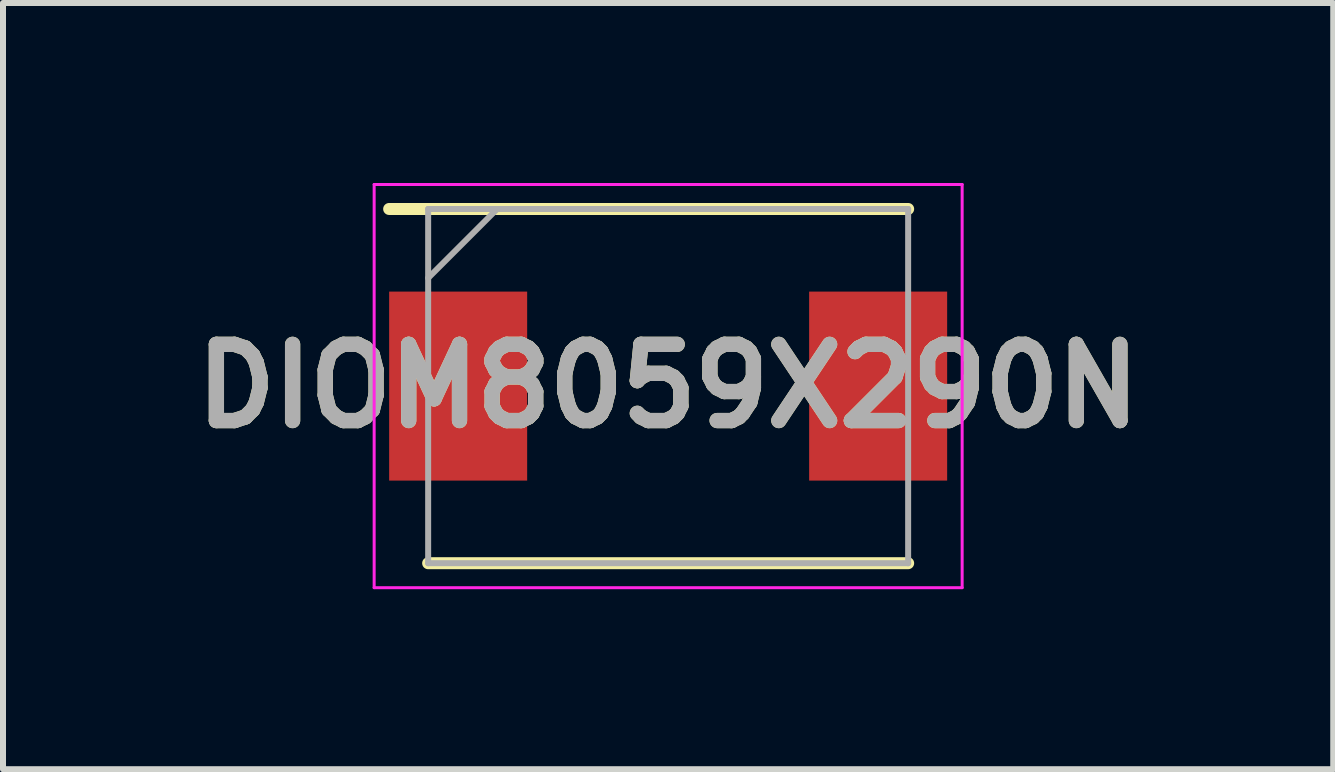
<source format=kicad_pcb>
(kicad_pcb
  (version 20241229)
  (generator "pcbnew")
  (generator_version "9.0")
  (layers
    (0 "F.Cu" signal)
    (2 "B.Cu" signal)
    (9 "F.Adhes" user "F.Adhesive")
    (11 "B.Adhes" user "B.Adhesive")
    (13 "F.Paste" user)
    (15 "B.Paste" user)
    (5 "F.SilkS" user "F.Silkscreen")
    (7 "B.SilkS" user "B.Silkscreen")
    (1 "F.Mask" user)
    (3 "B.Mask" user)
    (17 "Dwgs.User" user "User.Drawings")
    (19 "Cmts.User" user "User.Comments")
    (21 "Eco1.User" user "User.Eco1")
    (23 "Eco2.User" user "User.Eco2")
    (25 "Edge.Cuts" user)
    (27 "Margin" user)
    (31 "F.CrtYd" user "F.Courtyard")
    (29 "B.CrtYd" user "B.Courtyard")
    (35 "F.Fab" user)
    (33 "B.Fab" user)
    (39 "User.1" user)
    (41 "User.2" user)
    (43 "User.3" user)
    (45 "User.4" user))
  (footprint "DIOM8059X290N"
    (layer "F.Cu")
    (at 8.086 3.385)
    (property "Reference" "DIOM8059X290N" (at 0 0 0) (layer "F.SilkS") (effects (font (size 1.27 1.27) (thickness 0.254))))
    (attr smd)
    (fp_line (start -4 2.952) (end 4 2.952) (stroke (width 0.2) (type solid)) (layer "F.SilkS"))
    (fp_line (start 4 -2.952) (end -4.65 -2.952) (stroke (width 0.2) (type solid)) (layer "F.SilkS"))
    (fp_line (start -4.9 -3.36) (end 4.9 -3.36) (stroke (width 0.05) (type solid)) (layer "F.CrtYd"))
    (fp_line (start -4.9 3.36) (end -4.9 -3.36) (stroke (width 0.05) (type solid)) (layer "F.CrtYd"))
    (fp_line (start 4.9 -3.36) (end 4.9 3.36) (stroke (width 0.05) (type solid)) (layer "F.CrtYd"))
    (fp_line (start 4.9 3.36) (end -4.9 3.36) (stroke (width 0.05) (type solid)) (layer "F.CrtYd"))
    (fp_line (start -4 -2.952) (end 4 -2.952) (stroke (width 0.1) (type solid)) (layer "F.Fab"))
    (fp_line (start -4 -1.802) (end -2.85 -2.952) (stroke (width 0.1) (type solid)) (layer "F.Fab"))
    (fp_line (start -4 2.952) (end -4 -2.952) (stroke (width 0.1) (type solid)) (layer "F.Fab"))
    (fp_line (start 4 -2.952) (end 4 2.952) (stroke (width 0.1) (type solid)) (layer "F.Fab"))
    (fp_line (start 4 2.952) (end -4 2.952) (stroke (width 0.1) (type solid)) (layer "F.Fab"))
    (fp_text user "${REFERENCE}" (at 0 0 0) (layer "F.Fab") (effects (font (size 1.27 1.27) (thickness 0.254))))
    (pad "1" smd rect (at -3.5 0) (size 2.3 3.15) (layers "F.Cu" "F.Mask" "F.Paste"))
    (pad "2" smd rect (at 3.5 0) (size 2.3 3.15) (layers "F.Cu" "F.Mask" "F.Paste")))
  (gr_rect
    (start -3 -3)
    (end 19.171 9.77)
    (stroke (width 0.1) (type default))
    (fill no)
    (layer "Edge.Cuts")))
</source>
